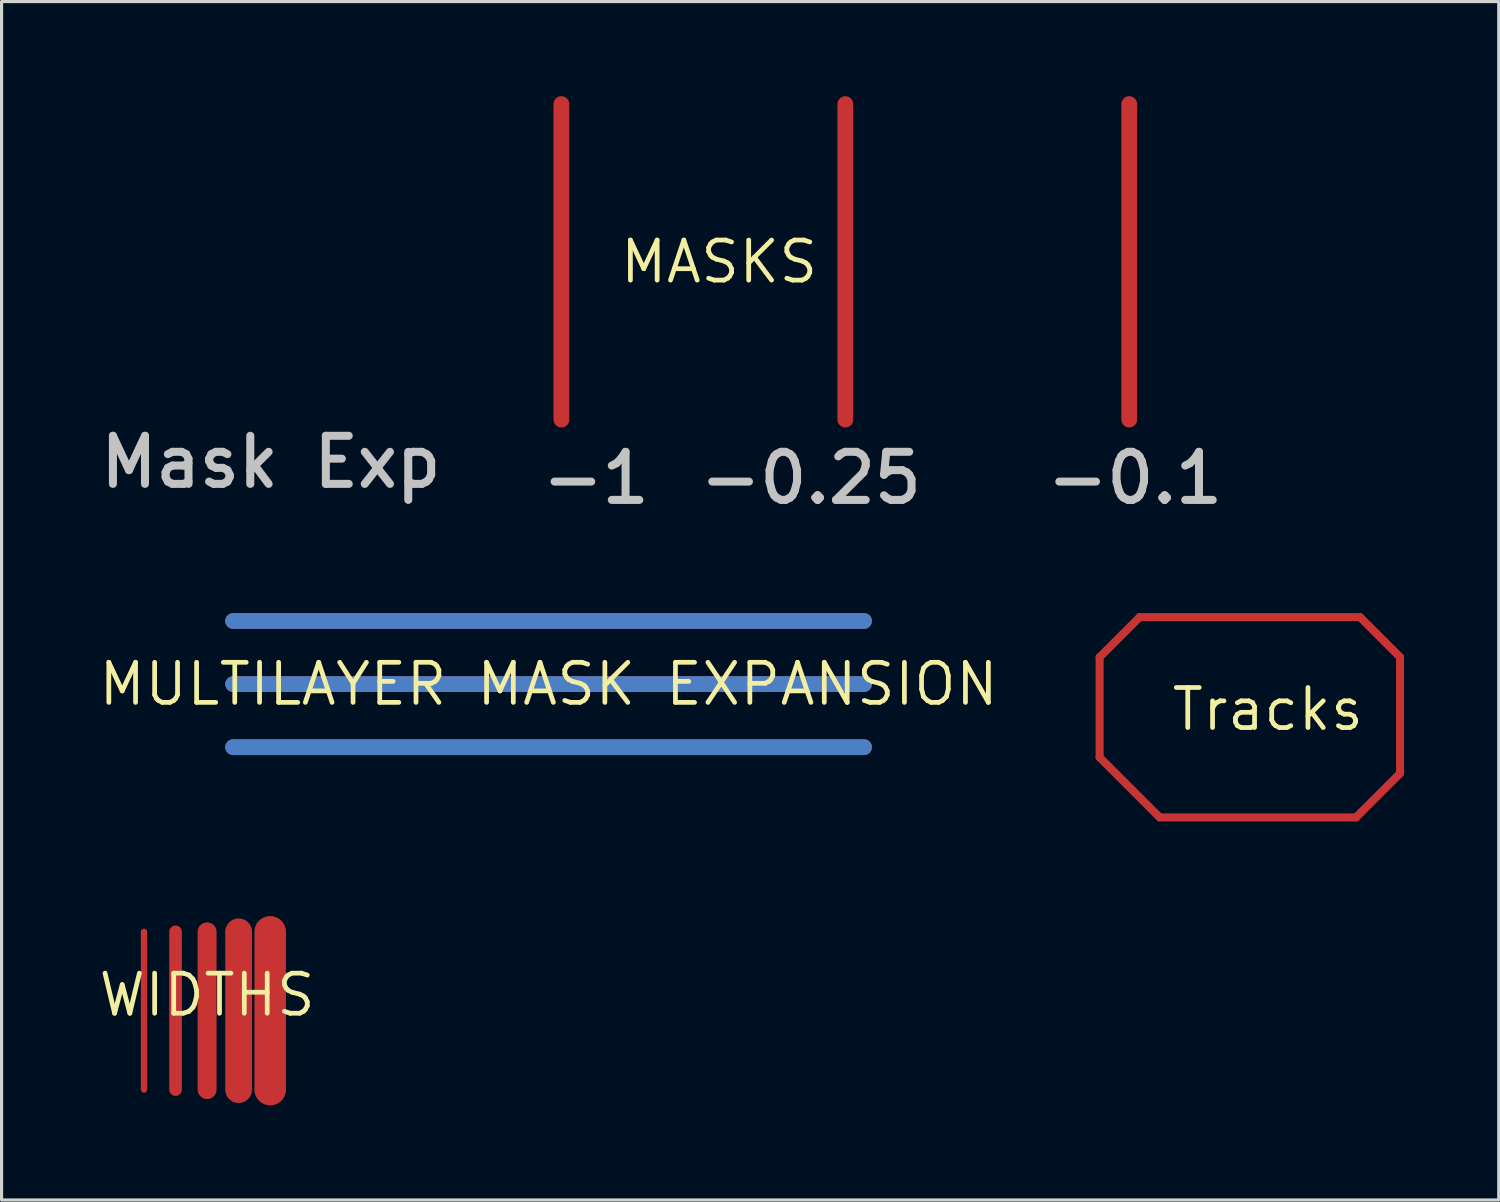
<source format=kicad_pcb>
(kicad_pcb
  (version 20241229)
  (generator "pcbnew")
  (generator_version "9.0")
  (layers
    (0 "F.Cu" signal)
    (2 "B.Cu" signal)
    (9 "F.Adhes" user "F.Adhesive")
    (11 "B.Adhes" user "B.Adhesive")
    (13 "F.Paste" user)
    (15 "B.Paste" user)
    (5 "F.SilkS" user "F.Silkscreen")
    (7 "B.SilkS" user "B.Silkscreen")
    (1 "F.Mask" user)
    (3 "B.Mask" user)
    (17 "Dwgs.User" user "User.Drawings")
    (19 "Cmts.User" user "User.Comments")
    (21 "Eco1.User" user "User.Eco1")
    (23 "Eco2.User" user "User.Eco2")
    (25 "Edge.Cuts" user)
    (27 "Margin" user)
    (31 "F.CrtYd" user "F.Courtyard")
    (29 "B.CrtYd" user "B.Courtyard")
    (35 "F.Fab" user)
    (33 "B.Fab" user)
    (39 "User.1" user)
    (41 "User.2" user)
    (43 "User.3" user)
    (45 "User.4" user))
  (footprint "MULTILAYER MASK EXPANSION"
    (layer "F.Cu")
    (at 14.34 18.635)
    (property "Reference" "MULTILAYER MASK EXPANSION" (at 0 0 0) (layer "F.SilkS") (effects (font (size 1.27 1.27) (thickness 0.15))))
    (fp_line (start -10 -2) (end 10 -2) (stroke (width 0.5) (type solid)) (layer "F.Cu"))
    (fp_line (start -10 0) (end 10 0) (stroke (width 0.5) (type solid)) (layer "F.Cu"))
    (fp_line (start -10 2) (end 10 2) (stroke (width 0.5) (type solid)) (layer "F.Cu"))
    (fp_line (start -10 -2) (end 10 -2) (stroke (width 0.5) (type solid)) (layer "B.Cu"))
    (fp_line (start -10 0) (end 10 0) (stroke (width 0.5) (type solid)) (layer "B.Cu"))
    (fp_line (start -10 2) (end 10 2) (stroke (width 0.5) (type solid)) (layer "B.Cu"))
    (fp_line (start -10 -2) (end 10 -2) (stroke (width 0.5) (type solid)) (layer "In1.Cu"))
    (fp_line (start -10 0) (end 10 0) (stroke (width 0.5) (type solid)) (layer "In1.Cu"))
    (fp_line (start -10 2) (end 10 2) (stroke (width 0.5) (type solid)) (layer "In1.Cu"))
    (fp_line (start -10 -2) (end 10 -2) (stroke (width 0.5) (type solid)) (layer "In2.Cu"))
    (fp_line (start -10 0) (end 10 0) (stroke (width 0.5) (type solid)) (layer "In2.Cu"))
    (fp_line (start -10 2) (end 10 2) (stroke (width 0.5) (type solid)) (layer "In2.Cu"))
    (fp_line (start -10 -2) (end 10 -2) (stroke (width 0.5) (type solid)) (layer "In3.Cu"))
    (fp_line (start -10 0) (end 10 0) (stroke (width 0.5) (type solid)) (layer "In3.Cu"))
    (fp_line (start -10 2) (end 10 2) (stroke (width 0.5) (type solid)) (layer "In3.Cu"))
    (fp_line (start -10 -2) (end 10 -2) (stroke (width 0.5) (type solid)) (layer "In4.Cu"))
    (fp_line (start -10 0) (end 10 0) (stroke (width 0.5) (type solid)) (layer "In4.Cu"))
    (fp_line (start -10 2) (end 10 2) (stroke (width 0.5) (type solid)) (layer "In4.Cu"))
    (fp_line (start -10 -2) (end 10 -2) (stroke (width 0.5) (type solid)) (layer "In5.Cu"))
    (fp_line (start -10 0) (end 10 0) (stroke (width 0.5) (type solid)) (layer "In5.Cu"))
    (fp_line (start -10 2) (end 10 2) (stroke (width 0.5) (type solid)) (layer "In5.Cu"))
    (fp_line (start -10 -2) (end 10 -2) (stroke (width 0.5) (type solid)) (layer "In6.Cu"))
    (fp_line (start -10 0) (end 10 0) (stroke (width 0.5) (type solid)) (layer "In6.Cu"))
    (fp_line (start -10 2) (end 10 2) (stroke (width 0.5) (type solid)) (layer "In6.Cu"))
    (fp_line (start -10 -2) (end 10 -2) (stroke (width 0.5) (type solid)) (layer "In7.Cu"))
    (fp_line (start -10 0) (end 10 0) (stroke (width 0.5) (type solid)) (layer "In7.Cu"))
    (fp_line (start -10 2) (end 10 2) (stroke (width 0.5) (type solid)) (layer "In7.Cu"))
    (fp_line (start -10 -2) (end 10 -2) (stroke (width 0.5) (type solid)) (layer "In8.Cu"))
    (fp_line (start -10 0) (end 10 0) (stroke (width 0.5) (type solid)) (layer "In8.Cu"))
    (fp_line (start -10 2) (end 10 2) (stroke (width 0.5) (type solid)) (layer "In8.Cu"))
    (fp_line (start -10 -2) (end 10 -2) (stroke (width 0.5) (type solid)) (layer "In9.Cu"))
    (fp_line (start -10 0) (end 10 0) (stroke (width 0.5) (type solid)) (layer "In9.Cu"))
    (fp_line (start -10 2) (end 10 2) (stroke (width 0.5) (type solid)) (layer "In9.Cu"))
    (fp_line (start -10 -2) (end 10 -2) (stroke (width 0.5) (type solid)) (layer "In10.Cu"))
    (fp_line (start -10 0) (end 10 0) (stroke (width 0.5) (type solid)) (layer "In10.Cu"))
    (fp_line (start -10 2) (end 10 2) (stroke (width 0.5) (type solid)) (layer "In10.Cu"))
    (fp_line (start -10 -2) (end 10 -2) (stroke (width 0.5) (type solid)) (layer "In11.Cu"))
    (fp_line (start -10 0) (end 10 0) (stroke (width 0.5) (type solid)) (layer "In11.Cu"))
    (fp_line (start -10 2) (end 10 2) (stroke (width 0.5) (type solid)) (layer "In11.Cu"))
    (fp_line (start -10 -2) (end 10 -2) (stroke (width 0.5) (type solid)) (layer "In12.Cu"))
    (fp_line (start -10 0) (end 10 0) (stroke (width 0.5) (type solid)) (layer "In12.Cu"))
    (fp_line (start -10 2) (end 10 2) (stroke (width 0.5) (type solid)) (layer "In12.Cu"))
    (fp_line (start -10 -2) (end 10 -2) (stroke (width 0.5) (type solid)) (layer "In13.Cu"))
    (fp_line (start -10 0) (end 10 0) (stroke (width 0.5) (type solid)) (layer "In13.Cu"))
    (fp_line (start -10 2) (end 10 2) (stroke (width 0.5) (type solid)) (layer "In13.Cu"))
    (fp_line (start -10 -2) (end 10 -2) (stroke (width 0.5) (type solid)) (layer "In14.Cu"))
    (fp_line (start -10 0) (end 10 0) (stroke (width 0.5) (type solid)) (layer "In14.Cu"))
    (fp_line (start -10 2) (end 10 2) (stroke (width 0.5) (type solid)) (layer "In14.Cu"))
    (fp_line (start -10 -2) (end 10 -2) (stroke (width 0.5) (type solid)) (layer "In15.Cu"))
    (fp_line (start -10 0) (end 10 0) (stroke (width 0.5) (type solid)) (layer "In15.Cu"))
    (fp_line (start -10 2) (end 10 2) (stroke (width 0.5) (type solid)) (layer "In15.Cu"))
    (fp_line (start -10 -2) (end 10 -2) (stroke (width 0.5) (type solid)) (layer "In16.Cu"))
    (fp_line (start -10 0) (end 10 0) (stroke (width 0.5) (type solid)) (layer "In16.Cu"))
    (fp_line (start -10 2) (end 10 2) (stroke (width 0.5) (type solid)) (layer "In16.Cu"))
    (fp_line (start -10 -2) (end 10 -2) (stroke (width 0.5) (type solid)) (layer "In17.Cu"))
    (fp_line (start -10 0) (end 10 0) (stroke (width 0.5) (type solid)) (layer "In17.Cu"))
    (fp_line (start -10 2) (end 10 2) (stroke (width 0.5) (type solid)) (layer "In17.Cu"))
    (fp_line (start -10 -2) (end 10 -2) (stroke (width 0.5) (type solid)) (layer "In18.Cu"))
    (fp_line (start -10 0) (end 10 0) (stroke (width 0.5) (type solid)) (layer "In18.Cu"))
    (fp_line (start -10 2) (end 10 2) (stroke (width 0.5) (type solid)) (layer "In18.Cu"))
    (fp_line (start -10 -2) (end 10 -2) (stroke (width 0.5) (type solid)) (layer "In19.Cu"))
    (fp_line (start -10 0) (end 10 0) (stroke (width 0.5) (type solid)) (layer "In19.Cu"))
    (fp_line (start -10 2) (end 10 2) (stroke (width 0.5) (type solid)) (layer "In19.Cu"))
    (fp_line (start -10 -2) (end 10 -2) (stroke (width 0.5) (type solid)) (layer "In20.Cu"))
    (fp_line (start -10 0) (end 10 0) (stroke (width 0.5) (type solid)) (layer "In20.Cu"))
    (fp_line (start -10 2) (end 10 2) (stroke (width 0.5) (type solid)) (layer "In20.Cu"))
    (fp_line (start -10 -2) (end 10 -2) (stroke (width 0.5) (type solid)) (layer "In21.Cu"))
    (fp_line (start -10 0) (end 10 0) (stroke (width 0.5) (type solid)) (layer "In21.Cu"))
    (fp_line (start -10 2) (end 10 2) (stroke (width 0.5) (type solid)) (layer "In21.Cu"))
    (fp_line (start -10 -2) (end 10 -2) (stroke (width 0.5) (type solid)) (layer "In22.Cu"))
    (fp_line (start -10 0) (end 10 0) (stroke (width 0.5) (type solid)) (layer "In22.Cu"))
    (fp_line (start -10 2) (end 10 2) (stroke (width 0.5) (type solid)) (layer "In22.Cu"))
    (fp_line (start -10 -2) (end 10 -2) (stroke (width 0.5) (type solid)) (layer "In23.Cu"))
    (fp_line (start -10 0) (end 10 0) (stroke (width 0.5) (type solid)) (layer "In23.Cu"))
    (fp_line (start -10 2) (end 10 2) (stroke (width 0.5) (type solid)) (layer "In23.Cu"))
    (fp_line (start -10 -2) (end 10 -2) (stroke (width 0.5) (type solid)) (layer "In24.Cu"))
    (fp_line (start -10 0) (end 10 0) (stroke (width 0.5) (type solid)) (layer "In24.Cu"))
    (fp_line (start -10 2) (end 10 2) (stroke (width 0.5) (type solid)) (layer "In24.Cu"))
    (fp_line (start -10 -2) (end 10 -2) (stroke (width 0.5) (type solid)) (layer "In25.Cu"))
    (fp_line (start -10 0) (end 10 0) (stroke (width 0.5) (type solid)) (layer "In25.Cu"))
    (fp_line (start -10 2) (end 10 2) (stroke (width 0.5) (type solid)) (layer "In25.Cu"))
    (fp_line (start -10 -2) (end 10 -2) (stroke (width 0.5) (type solid)) (layer "In26.Cu"))
    (fp_line (start -10 0) (end 10 0) (stroke (width 0.5) (type solid)) (layer "In26.Cu"))
    (fp_line (start -10 2) (end 10 2) (stroke (width 0.5) (type solid)) (layer "In26.Cu"))
    (fp_line (start -10 -2) (end 10 -2) (stroke (width 0.5) (type solid)) (layer "In27.Cu"))
    (fp_line (start -10 0) (end 10 0) (stroke (width 0.5) (type solid)) (layer "In27.Cu"))
    (fp_line (start -10 2) (end 10 2) (stroke (width 0.5) (type solid)) (layer "In27.Cu"))
    (fp_line (start -10 -2) (end 10 -2) (stroke (width 0.5) (type solid)) (layer "In28.Cu"))
    (fp_line (start -10 0) (end 10 0) (stroke (width 0.5) (type solid)) (layer "In28.Cu"))
    (fp_line (start -10 2) (end 10 2) (stroke (width 0.5) (type solid)) (layer "In28.Cu"))
    (fp_line (start -10 -2) (end 10 -2) (stroke (width 0.5) (type solid)) (layer "In29.Cu"))
    (fp_line (start -10 0) (end 10 0) (stroke (width 0.5) (type solid)) (layer "In29.Cu"))
    (fp_line (start -10 2) (end 10 2) (stroke (width 0.5) (type solid)) (layer "In29.Cu"))
    (fp_line (start -10 -2) (end 10 -2) (stroke (width 0.5) (type solid)) (layer "In30.Cu"))
    (fp_line (start -10 0) (end 10 0) (stroke (width 0.5) (type solid)) (layer "In30.Cu"))
    (fp_line (start -10 2) (end 10 2) (stroke (width 0.5) (type solid)) (layer "In30.Cu")))
  (footprint "Tracks"
    (layer "F.Cu")
    (at 37.141 19.433)
    (property "Reference" "Tracks" (at 0 0 0) (layer "F.SilkS") (effects (font (size 1.27 1.27) (thickness 0.15))))
    (fp_line (start -5.334 -1.651) (end -4.064 -2.921) (stroke (width 0.254) (type solid)) (layer "F.Cu"))
    (fp_line (start -5.334 1.524) (end -5.334 -1.651) (stroke (width 0.254) (type solid)) (layer "F.Cu"))
    (fp_line (start -5.334 1.524) (end -3.429 3.429) (stroke (width 0.254) (type solid)) (layer "F.Cu"))
    (fp_line (start -4.064 -2.921) (end 2.921 -2.921) (stroke (width 0.254) (type solid)) (layer "F.Cu"))
    (fp_line (start -3.429 3.429) (end 2.794 3.429) (stroke (width 0.254) (type solid)) (layer "F.Cu"))
    (fp_line (start 2.794 3.429) (end 4.191 2.032) (stroke (width 0.254) (type solid)) (layer "F.Cu"))
    (fp_line (start 2.921 -2.921) (end 4.191 -1.651) (stroke (width 0.254) (type solid)) (layer "F.Cu"))
    (fp_line (start 4.191 2.032) (end 4.191 -1.651) (stroke (width 0.254) (type solid)) (layer "F.Cu")))
  (footprint "MASKS"
    (layer "F.Cu")
    (at 19.746 5.25)
    (property "Reference" "MASKS" (at 0 0 0) (layer "F.SilkS") (effects (font (size 1.27 1.27) (thickness 0.15))))
    (fp_line (start -5 5) (end -5 -5) (stroke (width 0.5) (type solid)) (layer "F.Cu"))
    (fp_line (start 4 5) (end 4 -5) (stroke (width 0.5) (type solid)) (layer "F.Cu"))
    (fp_line (start 13 5) (end 13 -5) (stroke (width 0.5) (type solid)) (layer "F.Cu"))
    (fp_text user "-1" (at -5.746 7.746 0) (unlocked yes) (layer "Dwgs.User") (effects (font (size 1.524 1.524) (thickness 0.254)) (justify left bottom)))
    (fp_text user "-0.25" (at -0.746 7.746 0) (unlocked yes) (layer "Dwgs.User") (effects (font (size 1.524 1.524) (thickness 0.254)) (justify left bottom)))
    (fp_text user "Mask Exp" (at -19.746 7.238 0) (unlocked yes) (layer "Dwgs.User") (effects (font (size 1.524 1.524) (thickness 0.254)) (justify left bottom)))
    (fp_text user "-0.1" (at 10.254 7.746 0) (unlocked yes) (layer "Dwgs.User") (effects (font (size 1.524 1.524) (thickness 0.254)) (justify left bottom))))
  (footprint "WIDTHS"
    (layer "F.Cu")
    (at 3.515 28.489)
    (property "Reference" "WIDTHS" (at 0 0 0) (layer "F.SilkS") (effects (font (size 1.27 1.27) (thickness 0.15))))
    (fp_line (start -2 3) (end -2 -2) (stroke (width 0.2) (type solid)) (layer "F.Cu"))
    (fp_line (start -1 3) (end -1 -2) (stroke (width 0.4) (type solid)) (layer "F.Cu"))
    (fp_line (start 0 3) (end 0 -2) (stroke (width 0.6) (type solid)) (layer "F.Cu"))
    (fp_line (start 1 3) (end 1 -2) (stroke (width 0.85) (type solid)) (layer "F.Cu"))
    (fp_line (start 2 3) (end 2 -2) (stroke (width 1) (type solid)) (layer "F.Cu")))
  (gr_rect
    (start -3 -3)
    (end 44.459 34.989)
    (stroke (width 0.1) (type default))
    (fill no)
    (layer "Edge.Cuts")))
</source>
